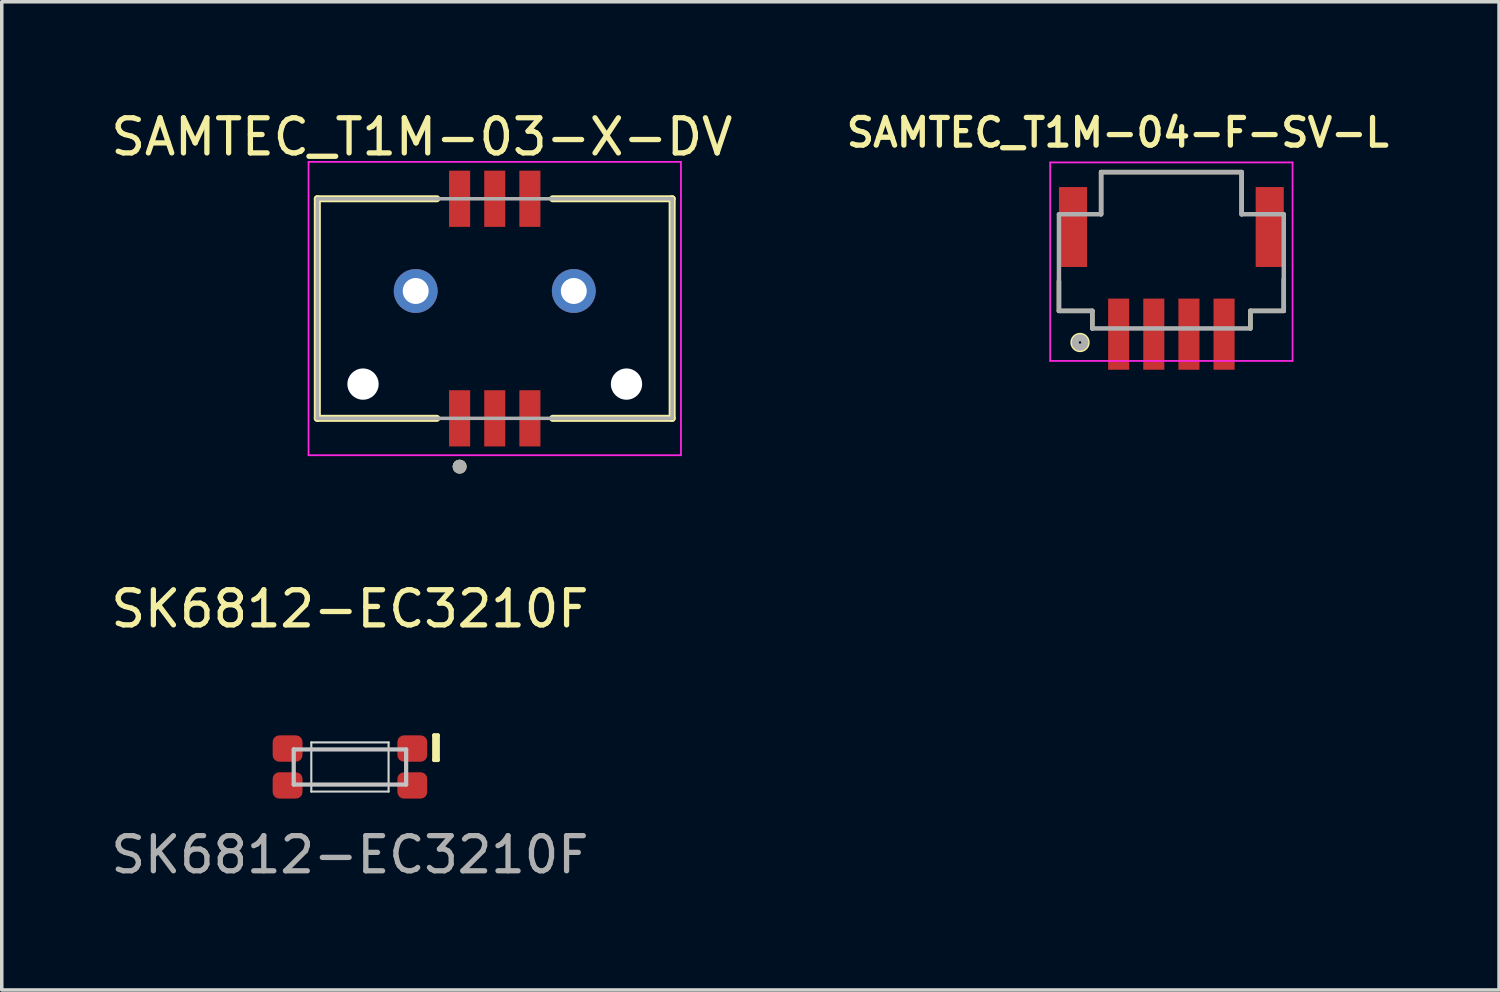
<source format=kicad_pcb>
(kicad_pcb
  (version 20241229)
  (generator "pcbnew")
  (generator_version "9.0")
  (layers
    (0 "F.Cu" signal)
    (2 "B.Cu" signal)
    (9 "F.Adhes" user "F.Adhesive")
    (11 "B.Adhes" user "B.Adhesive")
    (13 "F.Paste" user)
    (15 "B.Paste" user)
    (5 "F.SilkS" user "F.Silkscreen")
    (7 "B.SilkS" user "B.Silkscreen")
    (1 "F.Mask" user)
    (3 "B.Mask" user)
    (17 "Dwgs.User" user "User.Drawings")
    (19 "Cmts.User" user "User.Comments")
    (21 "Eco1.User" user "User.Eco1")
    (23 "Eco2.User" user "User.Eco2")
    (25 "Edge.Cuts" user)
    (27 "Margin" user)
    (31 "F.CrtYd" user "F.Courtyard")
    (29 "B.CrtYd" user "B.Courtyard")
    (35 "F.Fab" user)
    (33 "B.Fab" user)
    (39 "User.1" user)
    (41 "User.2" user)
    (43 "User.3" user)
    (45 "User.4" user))
  (footprint "SAMTEC_T1M-04-F-SV-L"
    (layer "F.Cu")
    (at 30.293 4.074)
    (property "Reference" "SAMTEC_T1M-04-F-SV-L" (at -1.525 -3.35 0) (layer "F.SilkS") (effects (font (size 0.787 0.787) (thickness 0.15))))
    (attr through_hole)
    (fp_line (start -3.2 0.875) (end -3.2 1.725) (stroke (width 0.127) (type solid)) (layer "F.SilkS"))
    (fp_line (start -3.2 1.725) (end -2.25 1.725) (stroke (width 0.127) (type solid)) (layer "F.SilkS"))
    (fp_line (start -2.25 1.725) (end -2.25 2.225) (stroke (width 0.127) (type solid)) (layer "F.SilkS"))
    (fp_line (start -2 -2.225) (end 2 -2.225) (stroke (width 0.127) (type solid)) (layer "F.SilkS"))
    (fp_line (start -2 -1.025) (end -2 -2.225) (stroke (width 0.127) (type solid)) (layer "F.SilkS"))
    (fp_line (start 2 -2.225) (end 2 -1.025) (stroke (width 0.127) (type solid)) (layer "F.SilkS"))
    (fp_line (start 2.25 1.725) (end 2.25 2.225) (stroke (width 0.127) (type solid)) (layer "F.SilkS"))
    (fp_line (start 3.2 0.825) (end 3.2 1.725) (stroke (width 0.127) (type solid)) (layer "F.SilkS"))
    (fp_line (start 3.2 1.725) (end 2.25 1.725) (stroke (width 0.127) (type solid)) (layer "F.SilkS"))
    (fp_circle (center -2.6 2.625) (end -2.6 2.7) (stroke (width 0.2) (type solid)) (fill no) (layer "F.SilkS"))
    (fp_line (start -3.45 -2.5) (end 3.45 -2.5) (stroke (width 0.05) (type solid)) (layer "F.CrtYd"))
    (fp_line (start -3.45 3.15) (end -3.45 -2.5) (stroke (width 0.05) (type solid)) (layer "F.CrtYd"))
    (fp_line (start 3.45 -2.5) (end 3.45 3.15) (stroke (width 0.05) (type solid)) (layer "F.CrtYd"))
    (fp_line (start 3.45 3.15) (end -3.45 3.15) (stroke (width 0.05) (type solid)) (layer "F.CrtYd"))
    (fp_line (start -3.2 -1.025) (end -2 -1.025) (stroke (width 0.127) (type solid)) (layer "F.Fab"))
    (fp_line (start -3.2 1.725) (end -3.2 -1.025) (stroke (width 0.127) (type solid)) (layer "F.Fab"))
    (fp_line (start -2.25 1.725) (end -3.2 1.725) (stroke (width 0.127) (type solid)) (layer "F.Fab"))
    (fp_line (start -2.25 2.225) (end -2.25 1.725) (stroke (width 0.127) (type solid)) (layer "F.Fab"))
    (fp_line (start -2 -2.225) (end 2 -2.225) (stroke (width 0.127) (type solid)) (layer "F.Fab"))
    (fp_line (start -2 -1.025) (end -2 -2.225) (stroke (width 0.127) (type solid)) (layer "F.Fab"))
    (fp_line (start 2 -2.225) (end 2 -1.025) (stroke (width 0.127) (type solid)) (layer "F.Fab"))
    (fp_line (start 2 -1.025) (end 3.2 -1.025) (stroke (width 0.127) (type solid)) (layer "F.Fab"))
    (fp_line (start 2.25 1.725) (end 2.25 2.225) (stroke (width 0.127) (type solid)) (layer "F.Fab"))
    (fp_line (start 2.25 2.225) (end -2.25 2.225) (stroke (width 0.127) (type solid)) (layer "F.Fab"))
    (fp_line (start 3.2 -1.025) (end 3.2 1.725) (stroke (width 0.127) (type solid)) (layer "F.Fab"))
    (fp_line (start 3.2 1.725) (end 2.25 1.725) (stroke (width 0.127) (type solid)) (layer "F.Fab"))
    (fp_circle (center -2.6 2.625) (end -2.465 2.625) (stroke (width 0.2) (type solid)) (fill no) (layer "F.Fab"))
    (pad "1" smd rect (at -1.5 2.388) (size 0.6 2.025) (layers "F.Cu" "F.Mask" "F.Paste"))
    (pad "2" smd rect (at -0.5 2.388) (size 0.6 2.025) (layers "F.Cu" "F.Mask" "F.Paste"))
    (pad "3" smd rect (at 0.5 2.388) (size 0.6 2.025) (layers "F.Cu" "F.Mask" "F.Paste"))
    (pad "4" smd rect (at 1.5 2.388) (size 0.6 2.025) (layers "F.Cu" "F.Mask" "F.Paste"))
    (pad "G1" smd rect (at -2.8 -0.662) (size 0.8 2.275) (layers "F.Cu" "F.Mask" "F.Paste"))
    (pad "G2" smd rect (at 2.8 -0.662) (size 0.8 2.275) (layers "F.Cu" "F.Mask" "F.Paste")))
  (footprint "SK6812-EC3210F"
    (layer "F.Cu")
    (at 6.911 18.782)
    (property "Reference" "SK6812-EC3210F" (at 0 -4.5 0) (unlocked yes) (layer "F.SilkS") (effects (font (size 1 1) (thickness 0.15))))
    (attr smd)
    (fp_line (start 2.4 -0.9) (end 2.5 -0.9) (stroke (width 0.12) (type solid)) (layer "F.SilkS"))
    (fp_line (start 2.4 -0.2) (end 2.4 -0.9) (stroke (width 0.12) (type solid)) (layer "F.SilkS"))
    (fp_line (start 2.5 -0.9) (end 2.5 -0.2) (stroke (width 0.12) (type solid)) (layer "F.SilkS"))
    (fp_line (start 2.5 -0.2) (end 2.4 -0.2) (stroke (width 0.12) (type solid)) (layer "F.SilkS"))
    (fp_line (start -1.6 -0.5) (end 1.6 -0.5) (stroke (width 0.12) (type solid)) (layer "Dwgs.User"))
    (fp_line (start -1.6 0.5) (end -1.6 -0.5) (stroke (width 0.12) (type solid)) (layer "Dwgs.User"))
    (fp_line (start -1.6 0.5) (end 1.6 0.5) (stroke (width 0.12) (type solid)) (layer "Dwgs.User"))
    (fp_line (start 1.6 0.5) (end 1.6 -0.5) (stroke (width 0.12) (type solid)) (layer "Dwgs.User"))
    (fp_line (start -1.1 -0.7) (end 1.1 -0.7) (stroke (width 0.06) (type solid)) (layer "Edge.Cuts"))
    (fp_line (start -1.1 0.7) (end -1.1 -0.7) (stroke (width 0.06) (type solid)) (layer "Edge.Cuts"))
    (fp_line (start -1.1 0.7) (end 1.1 0.7) (stroke (width 0.06) (type solid)) (layer "Edge.Cuts"))
    (fp_line (start 1.1 0.7) (end 1.1 -0.7) (stroke (width 0.06) (type solid)) (layer "Edge.Cuts"))
    (fp_line (start -1 -0.5) (end 1 -0.5) (stroke (width 0.12) (type solid)) (layer "User.2"))
    (fp_line (start -1 0.5) (end 1 0.5) (stroke (width 0.12) (type solid)) (layer "User.2"))
    (fp_text user "${REFERENCE}" (at 0 2.5 0) (unlocked yes) (layer "F.Fab") (effects (font (size 1 1) (thickness 0.15))))
    (pad "1" smd roundrect (at 1.775 -0.525) (size 0.85 0.75) (layers "F.Cu" "F.Mask" "F.Paste") (roundrect_rratio 0.25))
    (pad "2" smd roundrect (at 1.775 0.525) (size 0.85 0.75) (layers "F.Cu" "F.Mask" "F.Paste") (roundrect_rratio 0.25))
    (pad "3" smd roundrect (at -1.775 0.525) (size 0.85 0.75) (layers "F.Cu" "F.Mask" "F.Paste") (roundrect_rratio 0.25))
    (pad "4" smd roundrect (at -1.775 -0.525) (size 0.85 0.75) (layers "F.Cu" "F.Mask" "F.Paste") (roundrect_rratio 0.25)))
  (footprint "SAMTEC_T1M-03-X-DV"
    (layer "F.Cu")
    (at 11.033 5.733)
    (property "Reference" "SAMTEC_T1M-03-X-DV" (at -2.075 -4.885 0) (layer "F.SilkS") (effects (font (size 1 1) (thickness 0.15))))
    (attr through_hole)
    (fp_line (start -5.05 -3.125) (end -1.65 -3.125) (stroke (width 0.2) (type solid)) (layer "F.SilkS"))
    (fp_line (start -5.05 3.125) (end -5.05 -3.125) (stroke (width 0.2) (type solid)) (layer "F.SilkS"))
    (fp_line (start -5.05 3.125) (end -1.65 3.125) (stroke (width 0.2) (type solid)) (layer "F.SilkS"))
    (fp_line (start 1.65 -3.125) (end 5.05 -3.125) (stroke (width 0.2) (type solid)) (layer "F.SilkS"))
    (fp_line (start 1.65 3.125) (end 5.05 3.125) (stroke (width 0.2) (type solid)) (layer "F.SilkS"))
    (fp_line (start 5.05 -3.125) (end 5.05 3.125) (stroke (width 0.2) (type solid)) (layer "F.SilkS"))
    (fp_circle (center -1 4.5) (end -0.9 4.5) (stroke (width 0.2) (type solid)) (fill no) (layer "F.SilkS"))
    (fp_circle (center -2.25 -0.5) (end -1.875 -0.5) (stroke (width 0.75) (type solid)) (fill no) (layer "F.Paste"))
    (fp_circle (center 2.25 -0.5) (end 2.625 -0.5) (stroke (width 0.75) (type solid)) (fill no) (layer "F.Paste"))
    (fp_line (start -5.3 -4.175) (end -5.3 4.175) (stroke (width 0.05) (type solid)) (layer "F.CrtYd"))
    (fp_line (start -5.3 4.175) (end 5.3 4.175) (stroke (width 0.05) (type solid)) (layer "F.CrtYd"))
    (fp_line (start 5.3 -4.175) (end -5.3 -4.175) (stroke (width 0.05) (type solid)) (layer "F.CrtYd"))
    (fp_line (start 5.3 4.175) (end 5.3 -4.175) (stroke (width 0.05) (type solid)) (layer "F.CrtYd"))
    (fp_line (start -5.05 -3.125) (end 5.05 -3.125) (stroke (width 0.1) (type solid)) (layer "F.Fab"))
    (fp_line (start -5.05 3.125) (end -5.05 -3.125) (stroke (width 0.1) (type solid)) (layer "F.Fab"))
    (fp_line (start 5.05 -3.125) (end 5.05 3.125) (stroke (width 0.1) (type solid)) (layer "F.Fab"))
    (fp_line (start 5.05 3.125) (end -5.05 3.125) (stroke (width 0.1) (type solid)) (layer "F.Fab"))
    (fp_circle (center -1 4.5) (end -0.9 4.5) (stroke (width 0.2) (type solid)) (fill no) (layer "F.Fab"))
    (pad "" np_thru_hole circle (at -3.75 2.15) (size 0.89 0.89) (drill 0.89) (layers "*.Cu" "*.Mask"))
    (pad "" np_thru_hole circle (at 3.75 2.15) (size 0.89 0.89) (drill 0.89) (layers "*.Cu" "*.Mask"))
    (pad "1" smd rect (at -1 3.125) (size 0.6 1.6) (layers "F.Cu" "F.Mask" "F.Paste"))
    (pad "2" smd rect (at -1 -3.125) (size 0.6 1.6) (layers "F.Cu" "F.Mask" "F.Paste"))
    (pad "3" smd rect (at 0 3.125) (size 0.6 1.6) (layers "F.Cu" "F.Mask" "F.Paste"))
    (pad "4" smd rect (at 0 -3.125) (size 0.6 1.6) (layers "F.Cu" "F.Mask" "F.Paste"))
    (pad "5" smd rect (at 1 3.125) (size 0.6 1.6) (layers "F.Cu" "F.Mask" "F.Paste"))
    (pad "6" smd rect (at 1 -3.125) (size 0.6 1.6) (layers "F.Cu" "F.Mask" "F.Paste"))
    (pad "S1" thru_hole circle (at -2.25 -0.5) (size 1.248 1.248) (drill 0.74) (layers "*.Cu" "*.Mask"))
    (pad "S2" thru_hole circle (at 2.25 -0.5) (size 1.248 1.248) (drill 0.74) (layers "*.Cu" "*.Mask")))
  (gr_rect
    (start -3 -3)
    (end 39.62 25.13)
    (stroke (width 0.1) (type default))
    (fill no)
    (layer "Edge.Cuts")))
</source>
